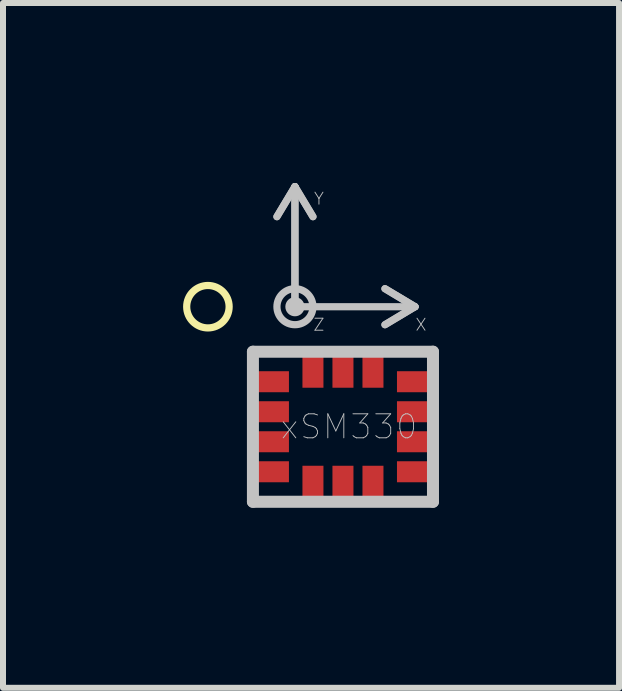
<source format=kicad_pcb>
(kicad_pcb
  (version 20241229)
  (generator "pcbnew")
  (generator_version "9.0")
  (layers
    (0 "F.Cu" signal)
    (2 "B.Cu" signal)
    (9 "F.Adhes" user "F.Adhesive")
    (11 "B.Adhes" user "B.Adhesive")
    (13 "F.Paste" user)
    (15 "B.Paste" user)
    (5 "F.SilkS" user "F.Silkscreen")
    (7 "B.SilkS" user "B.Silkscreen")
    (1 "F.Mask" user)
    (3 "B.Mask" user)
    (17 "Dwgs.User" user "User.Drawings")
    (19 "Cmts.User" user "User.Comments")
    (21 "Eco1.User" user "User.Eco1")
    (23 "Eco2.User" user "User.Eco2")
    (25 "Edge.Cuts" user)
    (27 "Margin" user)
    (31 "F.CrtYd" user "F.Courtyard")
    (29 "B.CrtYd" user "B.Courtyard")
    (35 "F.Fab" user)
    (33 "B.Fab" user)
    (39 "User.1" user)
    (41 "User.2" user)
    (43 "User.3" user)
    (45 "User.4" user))
  (footprint "xSM330"
    (layer "F.Cu")
    (at 2.664 4.06)
    (property "Reference" "xSM330" (at 0.1 0 0) (layer "Dwgs.User") (effects (font (size 0.4 0.4) (thickness 0.015))))
    (attr through_hole)
    (fp_circle (center -2.25 -2) (end -2 -1.75) (stroke (width 0.12) (type solid)) (fill no) (layer "F.SilkS"))
    (fp_line (start -1.5 -1.25) (end -1.5 1.25) (stroke (width 0.2) (type solid)) (layer "Dwgs.User"))
    (fp_line (start -1.5 1.25) (end 1.5 1.25) (stroke (width 0.2) (type solid)) (layer "Dwgs.User"))
    (fp_line (start -1.1 -3.5) (end -0.8 -4) (stroke (width 0.12) (type solid)) (layer "Dwgs.User"))
    (fp_line (start -0.8 -4) (end -1.1 -3.5) (stroke (width 0.12) (type solid)) (layer "Dwgs.User"))
    (fp_line (start -0.8 -4) (end -0.8 -2) (stroke (width 0.12) (type solid)) (layer "Dwgs.User"))
    (fp_line (start -0.8 -4) (end -0.5 -3.5) (stroke (width 0.12) (type solid)) (layer "Dwgs.User"))
    (fp_line (start -0.8 -2) (end -0.8 -4) (stroke (width 0.12) (type solid)) (layer "Dwgs.User"))
    (fp_line (start -0.8 -2) (end 1.2 -2) (stroke (width 0.12) (type solid)) (layer "Dwgs.User"))
    (fp_line (start -0.5 -3.5) (end -0.8 -4) (stroke (width 0.12) (type solid)) (layer "Dwgs.User"))
    (fp_line (start 0.7 -2.3) (end 1.2 -2) (stroke (width 0.12) (type solid)) (layer "Dwgs.User"))
    (fp_line (start 0.7 -1.7) (end 1.2 -2) (stroke (width 0.12) (type solid)) (layer "Dwgs.User"))
    (fp_line (start 1.2 -2) (end 0.7 -2.3) (stroke (width 0.12) (type solid)) (layer "Dwgs.User"))
    (fp_line (start 1.2 -2) (end 0.7 -1.7) (stroke (width 0.12) (type solid)) (layer "Dwgs.User"))
    (fp_line (start 1.5 -1.25) (end -1.5 -1.25) (stroke (width 0.2) (type solid)) (layer "Dwgs.User"))
    (fp_line (start 1.5 1.25) (end 1.5 -1.25) (stroke (width 0.2) (type solid)) (layer "Dwgs.User"))
    (fp_circle (center -0.8 -2) (end -0.7 -2) (stroke (width 0.12) (type solid)) (fill no) (layer "Dwgs.User"))
    (fp_circle (center -0.8 -2) (end -0.5 -2) (stroke (width 0.12) (type solid)) (fill no) (layer "Dwgs.User"))
    (fp_text user "Z" (at -0.4 -1.7 0) (layer "Dwgs.User") (effects (font (size 0.2 0.2) (thickness 0.015))))
    (fp_text user "Y" (at -0.4 -3.8 0) (layer "Dwgs.User") (effects (font (size 0.2 0.2) (thickness 0.015))))
    (fp_text user "X" (at 1.3 -1.7 0) (layer "Dwgs.User") (effects (font (size 0.2 0.2) (thickness 0.015))))
    (pad "1" smd rect (at -1.175 -0.75) (size 0.55 0.35) (layers "F.Cu" "F.Mask" "F.Paste"))
    (pad "2" smd rect (at -1.175 -0.25) (size 0.55 0.35) (layers "F.Cu" "F.Mask" "F.Paste"))
    (pad "3" smd rect (at -1.175 0.25) (size 0.55 0.35) (layers "F.Cu" "F.Mask" "F.Paste"))
    (pad "4" smd rect (at -1.175 0.75) (size 0.55 0.35) (layers "F.Cu" "F.Mask" "F.Paste"))
    (pad "5" smd rect (at -0.5 0.925) (size 0.35 0.55) (layers "F.Cu" "F.Mask" "F.Paste"))
    (pad "6" smd rect (at 0 0.925) (size 0.35 0.55) (layers "F.Cu" "F.Mask" "F.Paste"))
    (pad "7" smd rect (at 0.5 0.925) (size 0.35 0.55) (layers "F.Cu" "F.Mask" "F.Paste"))
    (pad "8" smd rect (at 1.175 0.75) (size 0.55 0.35) (layers "F.Cu" "F.Mask" "F.Paste"))
    (pad "9" smd rect (at 1.175 0.25) (size 0.55 0.35) (layers "F.Cu" "F.Mask" "F.Paste"))
    (pad "10" smd rect (at 1.175 -0.25) (size 0.55 0.35) (layers "F.Cu" "F.Mask" "F.Paste"))
    (pad "11" smd rect (at 1.175 -0.75) (size 0.55 0.35) (layers "F.Cu" "F.Mask" "F.Paste"))
    (pad "12" smd rect (at 0.5 -0.925) (size 0.35 0.55) (layers "F.Cu" "F.Mask" "F.Paste"))
    (pad "13" smd rect (at 0 -0.925) (size 0.35 0.55) (layers "F.Cu" "F.Mask" "F.Paste"))
    (pad "14" smd rect (at -0.5 -0.925) (size 0.35 0.55) (layers "F.Cu" "F.Mask" "F.Paste")))
  (gr_rect
    (start -3 -3)
    (end 7.264 8.41)
    (stroke (width 0.1) (type default))
    (fill no)
    (layer "Edge.Cuts")))
</source>
